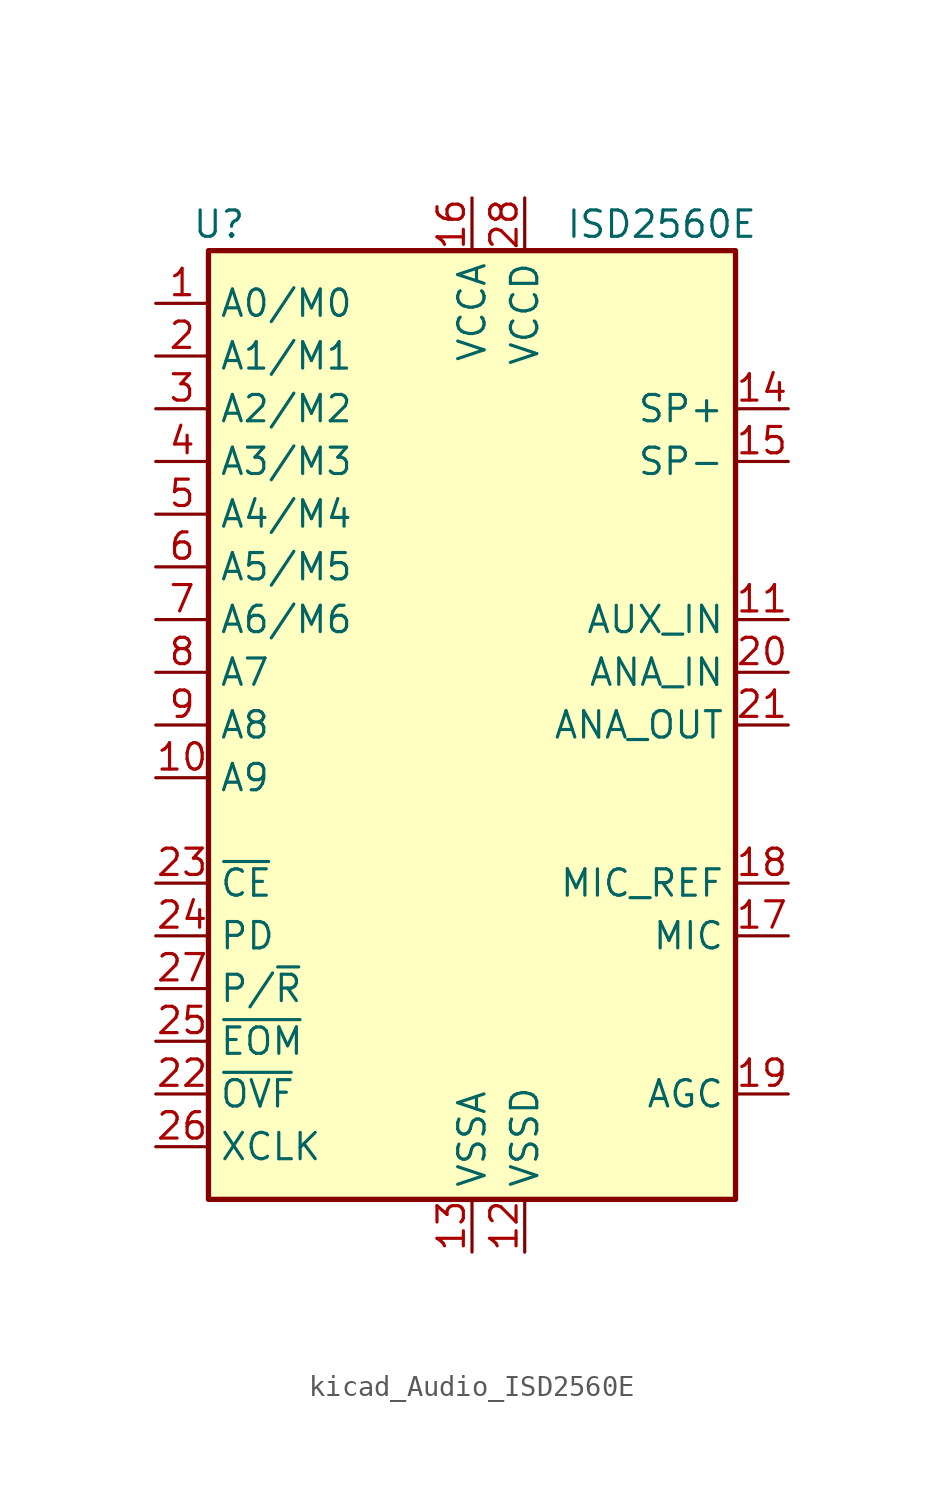
<source format=kicad_sym>
(kicad_symbol_lib
  (version 20220914)
  (generator kicad_symbol_editor)
  (symbol "kicad_Audio_ISD2560E"
    (property "Reference" "U"
      (at -12.192 24.13 0)
      (effects (font (size 1.27 1.27))))
    (property "Value" "ISD2560E"
      (at 9.144 24.13 0)
      (effects (font (size 1.27 1.27))))
    (symbol "kicad_Audio_ISD2560E_0_1"
      (rectangle (start -12.7 22.86) (end 12.7 -22.86) (stroke (width 0.254) (type default)) (fill (type background))))
    (symbol "kicad_Audio_ISD2560E_1_1"
      (pin input line (at -15.24 20.32 0) (length 2.54) (name "A0/M0" (effects (font (size 1.27 1.27)))) (number "1" (effects (font (size 1.27 1.27)))))
      (pin input line (at -15.24 -2.54 0) (length 2.54) (name "A9" (effects (font (size 1.27 1.27)))) (number "10" (effects (font (size 1.27 1.27)))))
      (pin input line (at 15.24 5.08 180) (length 2.54) (name "AUX_IN" (effects (font (size 1.27 1.27)))) (number "11" (effects (font (size 1.27 1.27)))))
      (pin power_in line (at 2.54 -25.4 90) (length 2.54) (name "VSSD" (effects (font (size 1.27 1.27)))) (number "12" (effects (font (size 1.27 1.27)))))
      (pin power_in line (at 0 -25.4 90) (length 2.54) (name "VSSA" (effects (font (size 1.27 1.27)))) (number "13" (effects (font (size 1.27 1.27)))))
      (pin output line (at 15.24 15.24 180) (length 2.54) (name "SP+" (effects (font (size 1.27 1.27)))) (number "14" (effects (font (size 1.27 1.27)))))
      (pin output line (at 15.24 12.7 180) (length 2.54) (name "SP-" (effects (font (size 1.27 1.27)))) (number "15" (effects (font (size 1.27 1.27)))))
      (pin power_in line (at 0 25.4 270) (length 2.54) (name "VCCA" (effects (font (size 1.27 1.27)))) (number "16" (effects (font (size 1.27 1.27)))))
      (pin input line (at 15.24 -10.16 180) (length 2.54) (name "MIC" (effects (font (size 1.27 1.27)))) (number "17" (effects (font (size 1.27 1.27)))))
      (pin passive line (at 15.24 -7.62 180) (length 2.54) (name "MIC_REF" (effects (font (size 1.27 1.27)))) (number "18" (effects (font (size 1.27 1.27)))))
      (pin passive line (at 15.24 -17.78 180) (length 2.54) (name "AGC" (effects (font (size 1.27 1.27)))) (number "19" (effects (font (size 1.27 1.27)))))
      (pin input line (at -15.24 17.78 0) (length 2.54) (name "A1/M1" (effects (font (size 1.27 1.27)))) (number "2" (effects (font (size 1.27 1.27)))))
      (pin input line (at 15.24 2.54 180) (length 2.54) (name "ANA_IN" (effects (font (size 1.27 1.27)))) (number "20" (effects (font (size 1.27 1.27)))))
      (pin output line (at 15.24 0 180) (length 2.54) (name "ANA_OUT" (effects (font (size 1.27 1.27)))) (number "21" (effects (font (size 1.27 1.27)))))
      (pin output line (at -15.24 -17.78 0) (length 2.54) (name "~{OVF}" (effects (font (size 1.27 1.27)))) (number "22" (effects (font (size 1.27 1.27)))))
      (pin input line (at -15.24 -7.62 0) (length 2.54) (name "~{CE}" (effects (font (size 1.27 1.27)))) (number "23" (effects (font (size 1.27 1.27)))))
      (pin input line (at -15.24 -10.16 0) (length 2.54) (name "PD" (effects (font (size 1.27 1.27)))) (number "24" (effects (font (size 1.27 1.27)))))
      (pin output line (at -15.24 -15.24 0) (length 2.54) (name "~{EOM}" (effects (font (size 1.27 1.27)))) (number "25" (effects (font (size 1.27 1.27)))))
      (pin input line (at -15.24 -20.32 0) (length 2.54) (name "XCLK" (effects (font (size 1.27 1.27)))) (number "26" (effects (font (size 1.27 1.27)))))
      (pin input line (at -15.24 -12.7 0) (length 2.54) (name "P/~{R}" (effects (font (size 1.27 1.27)))) (number "27" (effects (font (size 1.27 1.27)))))
      (pin power_in line (at 2.54 25.4 270) (length 2.54) (name "VCCD" (effects (font (size 1.27 1.27)))) (number "28" (effects (font (size 1.27 1.27)))))
      (pin input line (at -15.24 15.24 0) (length 2.54) (name "A2/M2" (effects (font (size 1.27 1.27)))) (number "3" (effects (font (size 1.27 1.27)))))
      (pin input line (at -15.24 12.7 0) (length 2.54) (name "A3/M3" (effects (font (size 1.27 1.27)))) (number "4" (effects (font (size 1.27 1.27)))))
      (pin input line (at -15.24 10.16 0) (length 2.54) (name "A4/M4" (effects (font (size 1.27 1.27)))) (number "5" (effects (font (size 1.27 1.27)))))
      (pin input line (at -15.24 7.62 0) (length 2.54) (name "A5/M5" (effects (font (size 1.27 1.27)))) (number "6" (effects (font (size 1.27 1.27)))))
      (pin input line (at -15.24 5.08 0) (length 2.54) (name "A6/M6" (effects (font (size 1.27 1.27)))) (number "7" (effects (font (size 1.27 1.27)))))
      (pin input line (at -15.24 2.54 0) (length 2.54) (name "A7" (effects (font (size 1.27 1.27)))) (number "8" (effects (font (size 1.27 1.27)))))
      (pin input line (at -15.24 0 0) (length 2.54) (name "A8" (effects (font (size 1.27 1.27)))) (number "9" (effects (font (size 1.27 1.27))))))))
</source>
